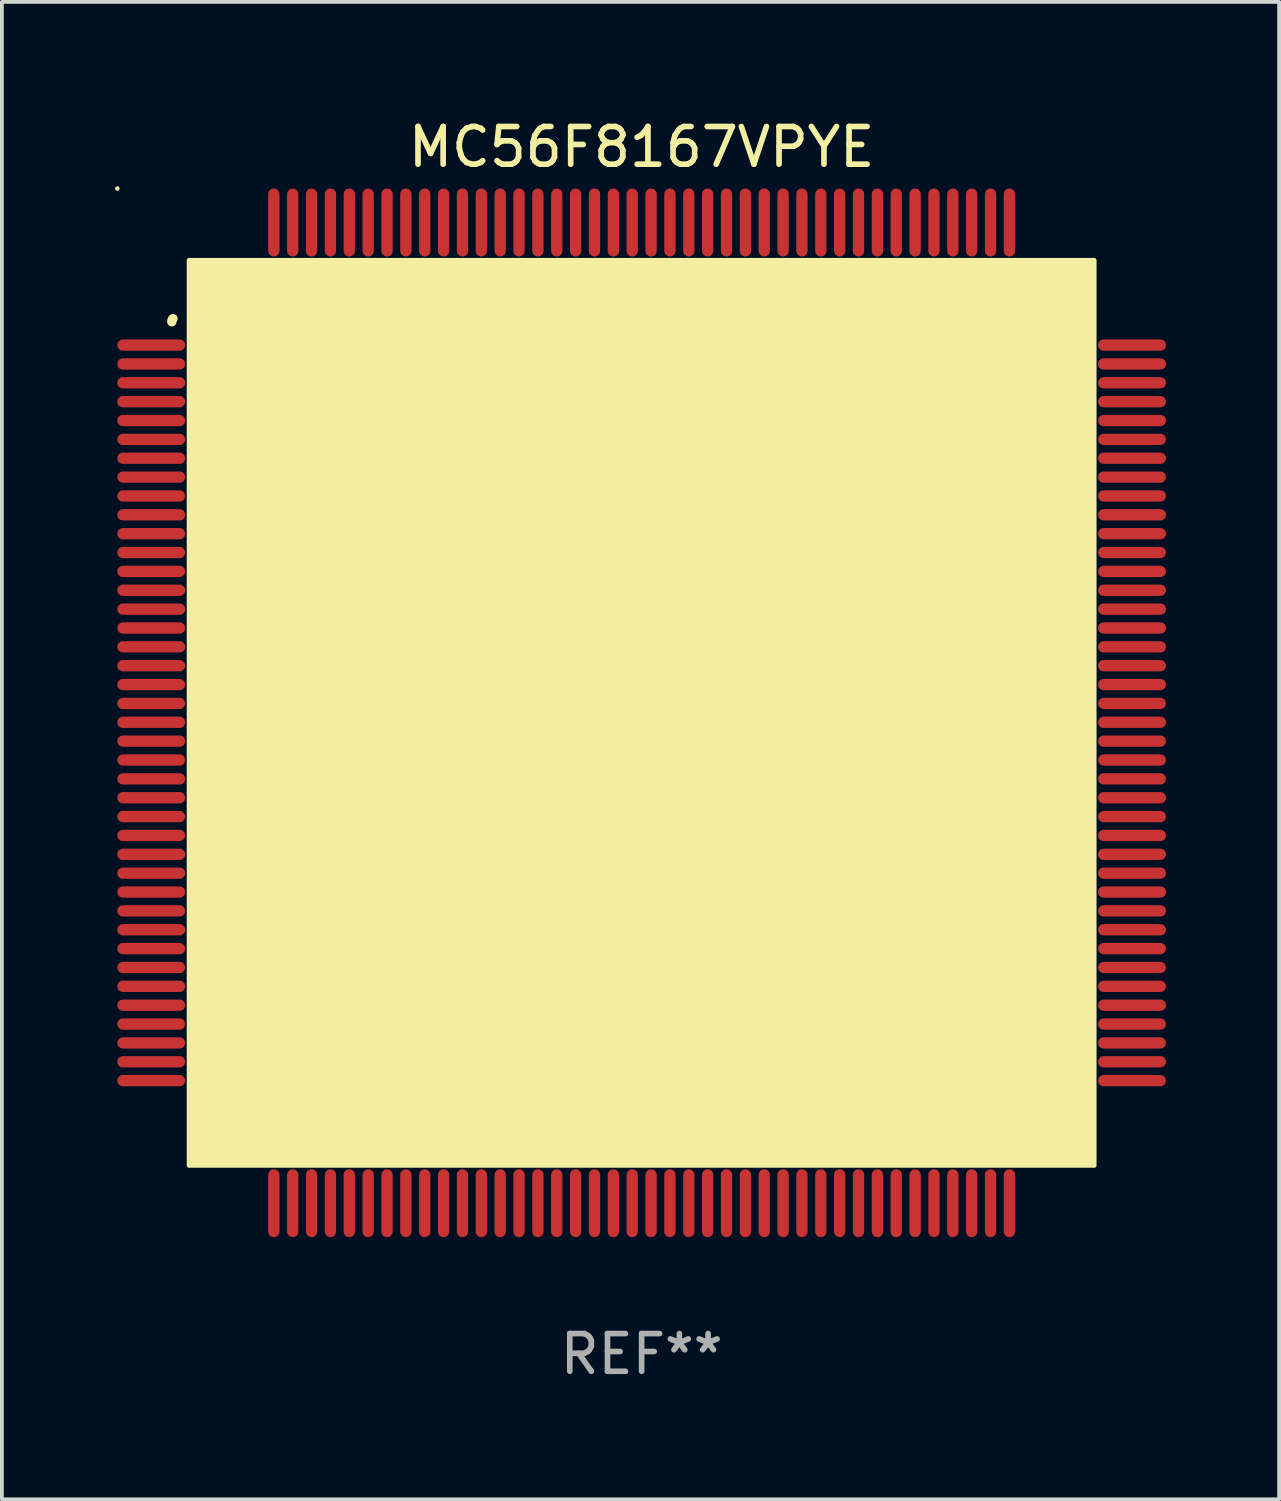
<source format=kicad_pcb>
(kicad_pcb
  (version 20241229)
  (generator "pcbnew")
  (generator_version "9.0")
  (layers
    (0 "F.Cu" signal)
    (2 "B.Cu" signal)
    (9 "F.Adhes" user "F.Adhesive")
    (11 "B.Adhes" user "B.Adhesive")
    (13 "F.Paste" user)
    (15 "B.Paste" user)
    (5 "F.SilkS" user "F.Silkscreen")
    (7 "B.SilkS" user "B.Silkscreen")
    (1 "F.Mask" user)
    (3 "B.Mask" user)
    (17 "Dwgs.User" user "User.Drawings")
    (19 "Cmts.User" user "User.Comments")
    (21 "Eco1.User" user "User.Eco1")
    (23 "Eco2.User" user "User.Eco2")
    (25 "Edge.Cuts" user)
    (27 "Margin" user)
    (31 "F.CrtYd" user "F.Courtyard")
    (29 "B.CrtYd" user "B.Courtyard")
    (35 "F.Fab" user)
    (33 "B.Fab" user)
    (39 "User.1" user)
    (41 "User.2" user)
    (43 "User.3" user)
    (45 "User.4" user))
  (footprint "MC56F8167VPYE"
    (layer "F.Cu")
    (at 13.96 15.848)
    (property "Reference" "MC56F8167VPYE" (at 0 -15 0) (layer "F.SilkS") (effects (font (size 1 1) (thickness 0.15))))
    (attr through_hole)
    (fp_arc (start -12.45555 -10.36792) (mid -12.447715 -10.411692) (end -12.42507 -10.449962) (stroke (width 0.249936) (type solid)) (layer "F.SilkS"))
    (fp_arc (start -9.968885 -10.145161) (mid -9.964159 -10.198324) (end -9.950089 -10.249809) (stroke (width 0.599949) (type solid)) (layer "F.SilkS"))
    (fp_circle (center -13.9 -13.9) (end -13.87 -13.9) (stroke (width 0.06) (type solid)) (fill no) (layer "F.SilkS"))
    (fp_poly (pts (xy -12 -12) (xy 12 -12) (xy 12 12) (xy -12 12)) (stroke (width 0.12) (type solid)) (fill yes) (layer "F.SilkS"))
    (fp_text user "REF**" (at 0 17 0) (layer "F.Fab") (effects (font (size 1 1) (thickness 0.15))))
    (pad "1" smd oval (at -13 -9.75) (size 1.8 0.3) (layers "F.Cu" "F.Mask" "F.Paste"))
    (pad "2" smd oval (at -13 -9.25) (size 1.8 0.3) (layers "F.Cu" "F.Mask" "F.Paste"))
    (pad "3" smd oval (at -13 -8.75) (size 1.8 0.3) (layers "F.Cu" "F.Mask" "F.Paste"))
    (pad "4" smd oval (at -13 -8.25) (size 1.8 0.3) (layers "F.Cu" "F.Mask" "F.Paste"))
    (pad "5" smd oval (at -13 -7.75) (size 1.8 0.3) (layers "F.Cu" "F.Mask" "F.Paste"))
    (pad "6" smd oval (at -13 -7.25) (size 1.8 0.3) (layers "F.Cu" "F.Mask" "F.Paste"))
    (pad "7" smd oval (at -13 -6.75) (size 1.8 0.3) (layers "F.Cu" "F.Mask" "F.Paste"))
    (pad "8" smd oval (at -13 -6.25) (size 1.8 0.3) (layers "F.Cu" "F.Mask" "F.Paste"))
    (pad "9" smd oval (at -13 -5.75) (size 1.8 0.3) (layers "F.Cu" "F.Mask" "F.Paste"))
    (pad "10" smd oval (at -13 -5.25) (size 1.8 0.3) (layers "F.Cu" "F.Mask" "F.Paste"))
    (pad "11" smd oval (at -13 -4.75) (size 1.8 0.3) (layers "F.Cu" "F.Mask" "F.Paste"))
    (pad "12" smd oval (at -13 -4.25) (size 1.8 0.3) (layers "F.Cu" "F.Mask" "F.Paste"))
    (pad "13" smd oval (at -13 -3.75) (size 1.8 0.3) (layers "F.Cu" "F.Mask" "F.Paste"))
    (pad "14" smd oval (at -13 -3.25) (size 1.8 0.3) (layers "F.Cu" "F.Mask" "F.Paste"))
    (pad "15" smd oval (at -13 -2.75) (size 1.8 0.3) (layers "F.Cu" "F.Mask" "F.Paste"))
    (pad "16" smd oval (at -13 -2.25) (size 1.8 0.3) (layers "F.Cu" "F.Mask" "F.Paste"))
    (pad "17" smd oval (at -13 -1.75) (size 1.8 0.3) (layers "F.Cu" "F.Mask" "F.Paste"))
    (pad "18" smd oval (at -13 -1.25) (size 1.8 0.3) (layers "F.Cu" "F.Mask" "F.Paste"))
    (pad "19" smd oval (at -13 -0.75) (size 1.8 0.3) (layers "F.Cu" "F.Mask" "F.Paste"))
    (pad "20" smd oval (at -13 -0.25) (size 1.8 0.3) (layers "F.Cu" "F.Mask" "F.Paste"))
    (pad "21" smd oval (at -13 0.25) (size 1.8 0.3) (layers "F.Cu" "F.Mask" "F.Paste"))
    (pad "22" smd oval (at -13 0.75) (size 1.8 0.3) (layers "F.Cu" "F.Mask" "F.Paste"))
    (pad "23" smd oval (at -13 1.25) (size 1.8 0.3) (layers "F.Cu" "F.Mask" "F.Paste"))
    (pad "24" smd oval (at -13 1.75) (size 1.8 0.3) (layers "F.Cu" "F.Mask" "F.Paste"))
    (pad "25" smd oval (at -13 2.25) (size 1.8 0.3) (layers "F.Cu" "F.Mask" "F.Paste"))
    (pad "26" smd oval (at -13 2.75) (size 1.8 0.3) (layers "F.Cu" "F.Mask" "F.Paste"))
    (pad "27" smd oval (at -13 3.25) (size 1.8 0.3) (layers "F.Cu" "F.Mask" "F.Paste"))
    (pad "28" smd oval (at -13 3.75) (size 1.8 0.3) (layers "F.Cu" "F.Mask" "F.Paste"))
    (pad "29" smd oval (at -13 4.25) (size 1.8 0.3) (layers "F.Cu" "F.Mask" "F.Paste"))
    (pad "30" smd oval (at -13 4.75) (size 1.8 0.3) (layers "F.Cu" "F.Mask" "F.Paste"))
    (pad "31" smd oval (at -13 5.25) (size 1.8 0.3) (layers "F.Cu" "F.Mask" "F.Paste"))
    (pad "32" smd oval (at -13 5.75) (size 1.8 0.3) (layers "F.Cu" "F.Mask" "F.Paste"))
    (pad "33" smd oval (at -13 6.25) (size 1.8 0.3) (layers "F.Cu" "F.Mask" "F.Paste"))
    (pad "34" smd oval (at -13 6.75) (size 1.8 0.3) (layers "F.Cu" "F.Mask" "F.Paste"))
    (pad "35" smd oval (at -13 7.25) (size 1.8 0.3) (layers "F.Cu" "F.Mask" "F.Paste"))
    (pad "36" smd oval (at -13 7.75) (size 1.8 0.3) (layers "F.Cu" "F.Mask" "F.Paste"))
    (pad "37" smd oval (at -13 8.25) (size 1.8 0.3) (layers "F.Cu" "F.Mask" "F.Paste"))
    (pad "38" smd oval (at -13 8.75) (size 1.8 0.3) (layers "F.Cu" "F.Mask" "F.Paste"))
    (pad "39" smd oval (at -13 9.25) (size 1.8 0.3) (layers "F.Cu" "F.Mask" "F.Paste"))
    (pad "40" smd oval (at -13 9.75) (size 1.8 0.3) (layers "F.Cu" "F.Mask" "F.Paste"))
    (pad "41" smd oval (at -9.75 13 90) (size 1.8 0.3) (layers "F.Cu" "F.Mask" "F.Paste"))
    (pad "42" smd oval (at -9.25 13 90) (size 1.8 0.3) (layers "F.Cu" "F.Mask" "F.Paste"))
    (pad "43" smd oval (at -8.75 13 90) (size 1.8 0.3) (layers "F.Cu" "F.Mask" "F.Paste"))
    (pad "44" smd oval (at -8.25 13 90) (size 1.8 0.3) (layers "F.Cu" "F.Mask" "F.Paste"))
    (pad "45" smd oval (at -7.75 13 90) (size 1.8 0.3) (layers "F.Cu" "F.Mask" "F.Paste"))
    (pad "46" smd oval (at -7.25 13 90) (size 1.8 0.3) (layers "F.Cu" "F.Mask" "F.Paste"))
    (pad "47" smd oval (at -6.75 13 90) (size 1.8 0.3) (layers "F.Cu" "F.Mask" "F.Paste"))
    (pad "48" smd oval (at -6.25 13 90) (size 1.8 0.3) (layers "F.Cu" "F.Mask" "F.Paste"))
    (pad "49" smd oval (at -5.75 13 90) (size 1.8 0.3) (layers "F.Cu" "F.Mask" "F.Paste"))
    (pad "50" smd oval (at -5.25 13 90) (size 1.8 0.3) (layers "F.Cu" "F.Mask" "F.Paste"))
    (pad "51" smd oval (at -4.75 13 90) (size 1.8 0.3) (layers "F.Cu" "F.Mask" "F.Paste"))
    (pad "52" smd oval (at -4.25 13 90) (size 1.8 0.3) (layers "F.Cu" "F.Mask" "F.Paste"))
    (pad "53" smd oval (at -3.75 13 90) (size 1.8 0.3) (layers "F.Cu" "F.Mask" "F.Paste"))
    (pad "54" smd oval (at -3.25 13 90) (size 1.8 0.3) (layers "F.Cu" "F.Mask" "F.Paste"))
    (pad "55" smd oval (at -2.75 13 90) (size 1.8 0.3) (layers "F.Cu" "F.Mask" "F.Paste"))
    (pad "56" smd oval (at -2.25 13 90) (size 1.8 0.3) (layers "F.Cu" "F.Mask" "F.Paste"))
    (pad "57" smd oval (at -1.75 13 90) (size 1.8 0.3) (layers "F.Cu" "F.Mask" "F.Paste"))
    (pad "58" smd oval (at -1.25 13 90) (size 1.8 0.3) (layers "F.Cu" "F.Mask" "F.Paste"))
    (pad "59" smd oval (at -0.75 13 90) (size 1.8 0.3) (layers "F.Cu" "F.Mask" "F.Paste"))
    (pad "60" smd oval (at -0.25 13 90) (size 1.8 0.3) (layers "F.Cu" "F.Mask" "F.Paste"))
    (pad "61" smd oval (at 0.25 13 90) (size 1.8 0.3) (layers "F.Cu" "F.Mask" "F.Paste"))
    (pad "62" smd oval (at 0.75 13 90) (size 1.8 0.3) (layers "F.Cu" "F.Mask" "F.Paste"))
    (pad "63" smd oval (at 1.25 13 90) (size 1.8 0.3) (layers "F.Cu" "F.Mask" "F.Paste"))
    (pad "64" smd oval (at 1.75 13 90) (size 1.8 0.3) (layers "F.Cu" "F.Mask" "F.Paste"))
    (pad "65" smd oval (at 2.25 13 90) (size 1.8 0.3) (layers "F.Cu" "F.Mask" "F.Paste"))
    (pad "66" smd oval (at 2.75 13 90) (size 1.8 0.3) (layers "F.Cu" "F.Mask" "F.Paste"))
    (pad "67" smd oval (at 3.25 13 90) (size 1.8 0.3) (layers "F.Cu" "F.Mask" "F.Paste"))
    (pad "68" smd oval (at 3.75 13 90) (size 1.8 0.3) (layers "F.Cu" "F.Mask" "F.Paste"))
    (pad "69" smd oval (at 4.25 13 90) (size 1.8 0.3) (layers "F.Cu" "F.Mask" "F.Paste"))
    (pad "70" smd oval (at 4.75 13 90) (size 1.8 0.3) (layers "F.Cu" "F.Mask" "F.Paste"))
    (pad "71" smd oval (at 5.25 13 90) (size 1.8 0.3) (layers "F.Cu" "F.Mask" "F.Paste"))
    (pad "72" smd oval (at 5.75 13 90) (size 1.8 0.3) (layers "F.Cu" "F.Mask" "F.Paste"))
    (pad "73" smd oval (at 6.25 13 90) (size 1.8 0.3) (layers "F.Cu" "F.Mask" "F.Paste"))
    (pad "74" smd oval (at 6.75 13 90) (size 1.8 0.3) (layers "F.Cu" "F.Mask" "F.Paste"))
    (pad "75" smd oval (at 7.25 13 90) (size 1.8 0.3) (layers "F.Cu" "F.Mask" "F.Paste"))
    (pad "76" smd oval (at 7.75 13 90) (size 1.8 0.3) (layers "F.Cu" "F.Mask" "F.Paste"))
    (pad "77" smd oval (at 8.25 13 90) (size 1.8 0.3) (layers "F.Cu" "F.Mask" "F.Paste"))
    (pad "78" smd oval (at 8.75 13 90) (size 1.8 0.3) (layers "F.Cu" "F.Mask" "F.Paste"))
    (pad "79" smd oval (at 9.25 13 90) (size 1.8 0.3) (layers "F.Cu" "F.Mask" "F.Paste"))
    (pad "80" smd oval (at 9.75 13 90) (size 1.8 0.3) (layers "F.Cu" "F.Mask" "F.Paste"))
    (pad "81" smd oval (at 13 9.75) (size 1.8 0.3) (layers "F.Cu" "F.Mask" "F.Paste"))
    (pad "82" smd oval (at 13 9.25) (size 1.8 0.3) (layers "F.Cu" "F.Mask" "F.Paste"))
    (pad "83" smd oval (at 13 8.75) (size 1.8 0.3) (layers "F.Cu" "F.Mask" "F.Paste"))
    (pad "84" smd oval (at 13 8.25) (size 1.8 0.3) (layers "F.Cu" "F.Mask" "F.Paste"))
    (pad "85" smd oval (at 13 7.75) (size 1.8 0.3) (layers "F.Cu" "F.Mask" "F.Paste"))
    (pad "86" smd oval (at 13 7.25) (size 1.8 0.3) (layers "F.Cu" "F.Mask" "F.Paste"))
    (pad "87" smd oval (at 13 6.75) (size 1.8 0.3) (layers "F.Cu" "F.Mask" "F.Paste"))
    (pad "88" smd oval (at 13 6.25) (size 1.8 0.3) (layers "F.Cu" "F.Mask" "F.Paste"))
    (pad "89" smd oval (at 13 5.75) (size 1.8 0.3) (layers "F.Cu" "F.Mask" "F.Paste"))
    (pad "90" smd oval (at 13 5.25) (size 1.8 0.3) (layers "F.Cu" "F.Mask" "F.Paste"))
    (pad "91" smd oval (at 13 4.75) (size 1.8 0.3) (layers "F.Cu" "F.Mask" "F.Paste"))
    (pad "92" smd oval (at 13 4.25) (size 1.8 0.3) (layers "F.Cu" "F.Mask" "F.Paste"))
    (pad "93" smd oval (at 13 3.75) (size 1.8 0.3) (layers "F.Cu" "F.Mask" "F.Paste"))
    (pad "94" smd oval (at 13 3.25) (size 1.8 0.3) (layers "F.Cu" "F.Mask" "F.Paste"))
    (pad "95" smd oval (at 13 2.75) (size 1.8 0.3) (layers "F.Cu" "F.Mask" "F.Paste"))
    (pad "96" smd oval (at 13 2.25) (size 1.8 0.3) (layers "F.Cu" "F.Mask" "F.Paste"))
    (pad "97" smd oval (at 13 1.75) (size 1.8 0.3) (layers "F.Cu" "F.Mask" "F.Paste"))
    (pad "98" smd oval (at 13 1.25) (size 1.8 0.3) (layers "F.Cu" "F.Mask" "F.Paste"))
    (pad "99" smd oval (at 13 0.75) (size 1.8 0.3) (layers "F.Cu" "F.Mask" "F.Paste"))
    (pad "100" smd oval (at 13 0.25) (size 1.8 0.3) (layers "F.Cu" "F.Mask" "F.Paste"))
    (pad "101" smd oval (at 13 -0.25) (size 1.8 0.3) (layers "F.Cu" "F.Mask" "F.Paste"))
    (pad "102" smd oval (at 13 -0.75) (size 1.8 0.3) (layers "F.Cu" "F.Mask" "F.Paste"))
    (pad "103" smd oval (at 13 -1.25) (size 1.8 0.3) (layers "F.Cu" "F.Mask" "F.Paste"))
    (pad "104" smd oval (at 13 -1.75) (size 1.8 0.3) (layers "F.Cu" "F.Mask" "F.Paste"))
    (pad "105" smd oval (at 13 -2.25) (size 1.8 0.3) (layers "F.Cu" "F.Mask" "F.Paste"))
    (pad "106" smd oval (at 13 -2.75) (size 1.8 0.3) (layers "F.Cu" "F.Mask" "F.Paste"))
    (pad "107" smd oval (at 13 -3.25) (size 1.8 0.3) (layers "F.Cu" "F.Mask" "F.Paste"))
    (pad "108" smd oval (at 13 -3.75) (size 1.8 0.3) (layers "F.Cu" "F.Mask" "F.Paste"))
    (pad "109" smd oval (at 13 -4.25) (size 1.8 0.3) (layers "F.Cu" "F.Mask" "F.Paste"))
    (pad "110" smd oval (at 13 -4.75) (size 1.8 0.3) (layers "F.Cu" "F.Mask" "F.Paste"))
    (pad "111" smd oval (at 13 -5.25) (size 1.8 0.3) (layers "F.Cu" "F.Mask" "F.Paste"))
    (pad "112" smd oval (at 13 -5.75) (size 1.8 0.3) (layers "F.Cu" "F.Mask" "F.Paste"))
    (pad "113" smd oval (at 13 -6.25) (size 1.8 0.3) (layers "F.Cu" "F.Mask" "F.Paste"))
    (pad "114" smd oval (at 13 -6.75) (size 1.8 0.3) (layers "F.Cu" "F.Mask" "F.Paste"))
    (pad "115" smd oval (at 13 -7.25) (size 1.8 0.3) (layers "F.Cu" "F.Mask" "F.Paste"))
    (pad "116" smd oval (at 13 -7.75) (size 1.8 0.3) (layers "F.Cu" "F.Mask" "F.Paste"))
    (pad "117" smd oval (at 13 -8.25) (size 1.8 0.3) (layers "F.Cu" "F.Mask" "F.Paste"))
    (pad "118" smd oval (at 13 -8.75) (size 1.8 0.3) (layers "F.Cu" "F.Mask" "F.Paste"))
    (pad "119" smd oval (at 13 -9.25) (size 1.8 0.3) (layers "F.Cu" "F.Mask" "F.Paste"))
    (pad "120" smd oval (at 13 -9.75) (size 1.8 0.3) (layers "F.Cu" "F.Mask" "F.Paste"))
    (pad "121" smd oval (at 9.75 -13 90) (size 1.8 0.3) (layers "F.Cu" "F.Mask" "F.Paste"))
    (pad "122" smd oval (at 9.25 -13 90) (size 1.8 0.3) (layers "F.Cu" "F.Mask" "F.Paste"))
    (pad "123" smd oval (at 8.75 -13 90) (size 1.8 0.3) (layers "F.Cu" "F.Mask" "F.Paste"))
    (pad "124" smd oval (at 8.25 -13 90) (size 1.8 0.3) (layers "F.Cu" "F.Mask" "F.Paste"))
    (pad "125" smd oval (at 7.75 -13 90) (size 1.8 0.3) (layers "F.Cu" "F.Mask" "F.Paste"))
    (pad "126" smd oval (at 7.25 -13 90) (size 1.8 0.3) (layers "F.Cu" "F.Mask" "F.Paste"))
    (pad "127" smd oval (at 6.75 -13 90) (size 1.8 0.3) (layers "F.Cu" "F.Mask" "F.Paste"))
    (pad "128" smd oval (at 6.25 -13 90) (size 1.8 0.3) (layers "F.Cu" "F.Mask" "F.Paste"))
    (pad "129" smd oval (at 5.75 -13 90) (size 1.8 0.3) (layers "F.Cu" "F.Mask" "F.Paste"))
    (pad "130" smd oval (at 5.25 -13 90) (size 1.8 0.3) (layers "F.Cu" "F.Mask" "F.Paste"))
    (pad "131" smd oval (at 4.75 -13 90) (size 1.8 0.3) (layers "F.Cu" "F.Mask" "F.Paste"))
    (pad "132" smd oval (at 4.25 -13 90) (size 1.8 0.3) (layers "F.Cu" "F.Mask" "F.Paste"))
    (pad "133" smd oval (at 3.75 -13 90) (size 1.8 0.3) (layers "F.Cu" "F.Mask" "F.Paste"))
    (pad "134" smd oval (at 3.25 -13 90) (size 1.8 0.3) (layers "F.Cu" "F.Mask" "F.Paste"))
    (pad "135" smd oval (at 2.75 -13 90) (size 1.8 0.3) (layers "F.Cu" "F.Mask" "F.Paste"))
    (pad "136" smd oval (at 2.25 -13 90) (size 1.8 0.3) (layers "F.Cu" "F.Mask" "F.Paste"))
    (pad "137" smd oval (at 1.75 -13 90) (size 1.8 0.3) (layers "F.Cu" "F.Mask" "F.Paste"))
    (pad "138" smd oval (at 1.25 -13 90) (size 1.8 0.3) (layers "F.Cu" "F.Mask" "F.Paste"))
    (pad "139" smd oval (at 0.75 -13 90) (size 1.8 0.3) (layers "F.Cu" "F.Mask" "F.Paste"))
    (pad "140" smd oval (at 0.25 -13 90) (size 1.8 0.3) (layers "F.Cu" "F.Mask" "F.Paste"))
    (pad "141" smd oval (at -0.25 -13 90) (size 1.8 0.3) (layers "F.Cu" "F.Mask" "F.Paste"))
    (pad "142" smd oval (at -0.75 -13 90) (size 1.8 0.3) (layers "F.Cu" "F.Mask" "F.Paste"))
    (pad "143" smd oval (at -1.25 -13 90) (size 1.8 0.3) (layers "F.Cu" "F.Mask" "F.Paste"))
    (pad "144" smd oval (at -1.75 -13 90) (size 1.8 0.3) (layers "F.Cu" "F.Mask" "F.Paste"))
    (pad "145" smd oval (at -2.25 -13 90) (size 1.8 0.3) (layers "F.Cu" "F.Mask" "F.Paste"))
    (pad "146" smd oval (at -2.75 -13 90) (size 1.8 0.3) (layers "F.Cu" "F.Mask" "F.Paste"))
    (pad "147" smd oval (at -3.25 -13 90) (size 1.8 0.3) (layers "F.Cu" "F.Mask" "F.Paste"))
    (pad "148" smd oval (at -3.75 -13 90) (size 1.8 0.3) (layers "F.Cu" "F.Mask" "F.Paste"))
    (pad "149" smd oval (at -4.25 -13 90) (size 1.8 0.3) (layers "F.Cu" "F.Mask" "F.Paste"))
    (pad "150" smd oval (at -4.75 -13 90) (size 1.8 0.3) (layers "F.Cu" "F.Mask" "F.Paste"))
    (pad "151" smd oval (at -5.25 -13 90) (size 1.8 0.3) (layers "F.Cu" "F.Mask" "F.Paste"))
    (pad "152" smd oval (at -5.75 -13 90) (size 1.8 0.3) (layers "F.Cu" "F.Mask" "F.Paste"))
    (pad "153" smd oval (at -6.25 -13 90) (size 1.8 0.3) (layers "F.Cu" "F.Mask" "F.Paste"))
    (pad "154" smd oval (at -6.75 -13 90) (size 1.8 0.3) (layers "F.Cu" "F.Mask" "F.Paste"))
    (pad "155" smd oval (at -7.25 -13 90) (size 1.8 0.3) (layers "F.Cu" "F.Mask" "F.Paste"))
    (pad "156" smd oval (at -7.75 -13 90) (size 1.8 0.3) (layers "F.Cu" "F.Mask" "F.Paste"))
    (pad "157" smd oval (at -8.25 -13 90) (size 1.8 0.3) (layers "F.Cu" "F.Mask" "F.Paste"))
    (pad "158" smd oval (at -8.75 -13 90) (size 1.8 0.3) (layers "F.Cu" "F.Mask" "F.Paste"))
    (pad "159" smd oval (at -9.25 -13 90) (size 1.8 0.3) (layers "F.Cu" "F.Mask" "F.Paste"))
    (pad "160" smd oval (at -9.75 -13 90) (size 1.8 0.3) (layers "F.Cu" "F.Mask" "F.Paste")))
  (gr_rect
    (start -3 -3)
    (end 30.86 36.697)
    (stroke (width 0.1) (type default))
    (fill no)
    (layer "Edge.Cuts")))
</source>
